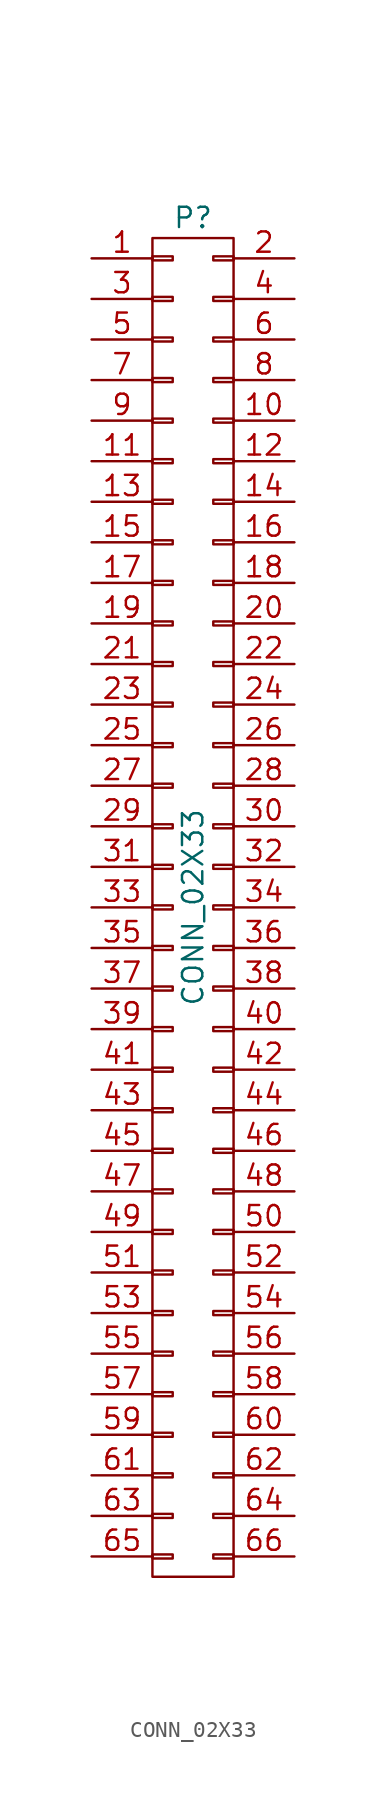
<source format=kicad_sym>
(kicad_symbol_lib
  (version 20211014)
  (generator kicad_symbol_editor)
  (symbol "CONN_02X33"
    (pin_names
      (offset 0.025) hide)
    (property "Reference" "P"
      (at 0 43.18 0)
      (effects (font (size 1.27 1.27))))
    (property "Value" "CONN_02X33"
      (at 0 0 90)
      (effects (font (size 1.27 1.27))))
    (property "Footprint" ""
      (at 0 -8.89 0)
      (effects (font (size 1.27 1.27))))
    (property "Datasheet" ""
      (at 0 -8.89 0)
      (effects (font (size 1.27 1.27))))
    (symbol "CONN_02X33_0_1"
      (rectangle (start -2.54 -40.513) (end -1.27 -40.767) (stroke (width 0) (type default) (color 0 0 0 0)) (fill (type none)))
      (rectangle (start -2.54 -37.973) (end -1.27 -38.227) (stroke (width 0) (type default) (color 0 0 0 0)) (fill (type none)))
      (rectangle (start -2.54 -35.433) (end -1.27 -35.687) (stroke (width 0) (type default) (color 0 0 0 0)) (fill (type none)))
      (rectangle (start -2.54 -32.893) (end -1.27 -33.147) (stroke (width 0) (type default) (color 0 0 0 0)) (fill (type none)))
      (rectangle (start -2.54 -30.353) (end -1.27 -30.607) (stroke (width 0) (type default) (color 0 0 0 0)) (fill (type none)))
      (rectangle (start -2.54 -27.813) (end -1.27 -28.067) (stroke (width 0) (type default) (color 0 0 0 0)) (fill (type none)))
      (rectangle (start -2.54 -25.273) (end -1.27 -25.527) (stroke (width 0) (type default) (color 0 0 0 0)) (fill (type none)))
      (rectangle (start -2.54 -22.733) (end -1.27 -22.987) (stroke (width 0) (type default) (color 0 0 0 0)) (fill (type none)))
      (rectangle (start -2.54 -20.193) (end -1.27 -20.447) (stroke (width 0) (type default) (color 0 0 0 0)) (fill (type none)))
      (rectangle (start -2.54 -17.653) (end -1.27 -17.907) (stroke (width 0) (type default) (color 0 0 0 0)) (fill (type none)))
      (rectangle (start -2.54 -15.113) (end -1.27 -15.367) (stroke (width 0) (type default) (color 0 0 0 0)) (fill (type none)))
      (rectangle (start -2.54 -12.573) (end -1.27 -12.827) (stroke (width 0) (type default) (color 0 0 0 0)) (fill (type none)))
      (rectangle (start -2.54 -10.033) (end -1.27 -10.287) (stroke (width 0) (type default) (color 0 0 0 0)) (fill (type none)))
      (rectangle (start -2.54 -7.493) (end -1.27 -7.747) (stroke (width 0) (type default) (color 0 0 0 0)) (fill (type none)))
      (rectangle (start -2.54 -4.953) (end -1.27 -5.207) (stroke (width 0) (type default) (color 0 0 0 0)) (fill (type none)))
      (rectangle (start -2.54 -2.413) (end -1.27 -2.667) (stroke (width 0) (type default) (color 0 0 0 0)) (fill (type none)))
      (rectangle (start -2.54 0.127) (end -1.27 -0.127) (stroke (width 0) (type default) (color 0 0 0 0)) (fill (type none)))
      (rectangle (start -2.54 2.667) (end -1.27 2.413) (stroke (width 0) (type default) (color 0 0 0 0)) (fill (type none)))
      (rectangle (start -2.54 5.207) (end -1.27 4.953) (stroke (width 0) (type default) (color 0 0 0 0)) (fill (type none)))
      (rectangle (start -2.54 7.747) (end -1.27 7.493) (stroke (width 0) (type default) (color 0 0 0 0)) (fill (type none)))
      (rectangle (start -2.54 10.287) (end -1.27 10.033) (stroke (width 0) (type default) (color 0 0 0 0)) (fill (type none)))
      (rectangle (start -2.54 12.827) (end -1.27 12.573) (stroke (width 0) (type default) (color 0 0 0 0)) (fill (type none)))
      (rectangle (start -2.54 15.367) (end -1.27 15.113) (stroke (width 0) (type default) (color 0 0 0 0)) (fill (type none)))
      (rectangle (start -2.54 17.907) (end -1.27 17.653) (stroke (width 0) (type default) (color 0 0 0 0)) (fill (type none)))
      (rectangle (start -2.54 20.447) (end -1.27 20.193) (stroke (width 0) (type default) (color 0 0 0 0)) (fill (type none)))
      (rectangle (start -2.54 22.987) (end -1.27 22.733) (stroke (width 0) (type default) (color 0 0 0 0)) (fill (type none)))
      (rectangle (start -2.54 25.527) (end -1.27 25.273) (stroke (width 0) (type default) (color 0 0 0 0)) (fill (type none)))
      (rectangle (start -2.54 28.067) (end -1.27 27.813) (stroke (width 0) (type default) (color 0 0 0 0)) (fill (type none)))
      (rectangle (start -2.54 30.607) (end -1.27 30.353) (stroke (width 0) (type default) (color 0 0 0 0)) (fill (type none)))
      (rectangle (start -2.54 33.147) (end -1.27 32.893) (stroke (width 0) (type default) (color 0 0 0 0)) (fill (type none)))
      (rectangle (start -2.54 35.687) (end -1.27 35.433) (stroke (width 0) (type default) (color 0 0 0 0)) (fill (type none)))
      (rectangle (start -2.54 38.227) (end -1.27 37.973) (stroke (width 0) (type default) (color 0 0 0 0)) (fill (type none)))
      (rectangle (start -2.54 40.767) (end -1.27 40.513) (stroke (width 0) (type default) (color 0 0 0 0)) (fill (type none)))
      (rectangle (start -2.54 41.91) (end 2.54 -41.91) (stroke (width 0) (type default) (color 0 0 0 0)) (fill (type none)))
      (rectangle (start 1.27 -40.513) (end 2.54 -40.767) (stroke (width 0) (type default) (color 0 0 0 0)) (fill (type none)))
      (rectangle (start 1.27 -37.973) (end 2.54 -38.227) (stroke (width 0) (type default) (color 0 0 0 0)) (fill (type none)))
      (rectangle (start 1.27 -35.433) (end 2.54 -35.687) (stroke (width 0) (type default) (color 0 0 0 0)) (fill (type none)))
      (rectangle (start 1.27 -32.893) (end 2.54 -33.147) (stroke (width 0) (type default) (color 0 0 0 0)) (fill (type none)))
      (rectangle (start 1.27 -30.353) (end 2.54 -30.607) (stroke (width 0) (type default) (color 0 0 0 0)) (fill (type none)))
      (rectangle (start 1.27 -27.813) (end 2.54 -28.067) (stroke (width 0) (type default) (color 0 0 0 0)) (fill (type none)))
      (rectangle (start 1.27 -25.273) (end 2.54 -25.527) (stroke (width 0) (type default) (color 0 0 0 0)) (fill (type none)))
      (rectangle (start 1.27 -22.733) (end 2.54 -22.987) (stroke (width 0) (type default) (color 0 0 0 0)) (fill (type none)))
      (rectangle (start 1.27 -20.193) (end 2.54 -20.447) (stroke (width 0) (type default) (color 0 0 0 0)) (fill (type none)))
      (rectangle (start 1.27 -17.653) (end 2.54 -17.907) (stroke (width 0) (type default) (color 0 0 0 0)) (fill (type none)))
      (rectangle (start 1.27 -15.113) (end 2.54 -15.367) (stroke (width 0) (type default) (color 0 0 0 0)) (fill (type none)))
      (rectangle (start 1.27 -12.573) (end 2.54 -12.827) (stroke (width 0) (type default) (color 0 0 0 0)) (fill (type none)))
      (rectangle (start 1.27 -10.033) (end 2.54 -10.287) (stroke (width 0) (type default) (color 0 0 0 0)) (fill (type none)))
      (rectangle (start 1.27 -7.493) (end 2.54 -7.747) (stroke (width 0) (type default) (color 0 0 0 0)) (fill (type none)))
      (rectangle (start 1.27 -4.953) (end 2.54 -5.207) (stroke (width 0) (type default) (color 0 0 0 0)) (fill (type none)))
      (rectangle (start 1.27 -2.413) (end 2.54 -2.667) (stroke (width 0) (type default) (color 0 0 0 0)) (fill (type none)))
      (rectangle (start 1.27 0.127) (end 2.54 -0.127) (stroke (width 0) (type default) (color 0 0 0 0)) (fill (type none)))
      (rectangle (start 1.27 2.667) (end 2.54 2.413) (stroke (width 0) (type default) (color 0 0 0 0)) (fill (type none)))
      (rectangle (start 1.27 5.207) (end 2.54 4.953) (stroke (width 0) (type default) (color 0 0 0 0)) (fill (type none)))
      (rectangle (start 1.27 7.747) (end 2.54 7.493) (stroke (width 0) (type default) (color 0 0 0 0)) (fill (type none)))
      (rectangle (start 1.27 10.287) (end 2.54 10.033) (stroke (width 0) (type default) (color 0 0 0 0)) (fill (type none)))
      (rectangle (start 1.27 12.827) (end 2.54 12.573) (stroke (width 0) (type default) (color 0 0 0 0)) (fill (type none)))
      (rectangle (start 1.27 15.367) (end 2.54 15.113) (stroke (width 0) (type default) (color 0 0 0 0)) (fill (type none)))
      (rectangle (start 1.27 17.907) (end 2.54 17.653) (stroke (width 0) (type default) (color 0 0 0 0)) (fill (type none)))
      (rectangle (start 1.27 20.447) (end 2.54 20.193) (stroke (width 0) (type default) (color 0 0 0 0)) (fill (type none)))
      (rectangle (start 1.27 22.987) (end 2.54 22.733) (stroke (width 0) (type default) (color 0 0 0 0)) (fill (type none)))
      (rectangle (start 1.27 25.527) (end 2.54 25.273) (stroke (width 0) (type default) (color 0 0 0 0)) (fill (type none)))
      (rectangle (start 1.27 28.067) (end 2.54 27.813) (stroke (width 0) (type default) (color 0 0 0 0)) (fill (type none)))
      (rectangle (start 1.27 30.607) (end 2.54 30.353) (stroke (width 0) (type default) (color 0 0 0 0)) (fill (type none)))
      (rectangle (start 1.27 33.147) (end 2.54 32.893) (stroke (width 0) (type default) (color 0 0 0 0)) (fill (type none)))
      (rectangle (start 1.27 35.687) (end 2.54 35.433) (stroke (width 0) (type default) (color 0 0 0 0)) (fill (type none)))
      (rectangle (start 1.27 38.227) (end 2.54 37.973) (stroke (width 0) (type default) (color 0 0 0 0)) (fill (type none)))
      (rectangle (start 1.27 40.767) (end 2.54 40.513) (stroke (width 0) (type default) (color 0 0 0 0)) (fill (type none))))
    (symbol "CONN_02X33_1_1"
      (pin passive line (at -6.35 40.64 0) (length 3.81) (name "P1" (effects (font (size 1.27 1.27)))) (number "1" (effects (font (size 1.27 1.27)))))
      (pin passive line (at 6.35 30.48 180) (length 3.81) (name "P10" (effects (font (size 1.27 1.27)))) (number "10" (effects (font (size 1.27 1.27)))))
      (pin passive line (at -6.35 27.94 0) (length 3.81) (name "P11" (effects (font (size 1.27 1.27)))) (number "11" (effects (font (size 1.27 1.27)))))
      (pin passive line (at 6.35 27.94 180) (length 3.81) (name "P12" (effects (font (size 1.27 1.27)))) (number "12" (effects (font (size 1.27 1.27)))))
      (pin passive line (at -6.35 25.4 0) (length 3.81) (name "P13" (effects (font (size 1.27 1.27)))) (number "13" (effects (font (size 1.27 1.27)))))
      (pin passive line (at 6.35 25.4 180) (length 3.81) (name "P14" (effects (font (size 1.27 1.27)))) (number "14" (effects (font (size 1.27 1.27)))))
      (pin passive line (at -6.35 22.86 0) (length 3.81) (name "P15" (effects (font (size 1.27 1.27)))) (number "15" (effects (font (size 1.27 1.27)))))
      (pin passive line (at 6.35 22.86 180) (length 3.81) (name "P16" (effects (font (size 1.27 1.27)))) (number "16" (effects (font (size 1.27 1.27)))))
      (pin passive line (at -6.35 20.32 0) (length 3.81) (name "P17" (effects (font (size 1.27 1.27)))) (number "17" (effects (font (size 1.27 1.27)))))
      (pin passive line (at 6.35 20.32 180) (length 3.81) (name "P18" (effects (font (size 1.27 1.27)))) (number "18" (effects (font (size 1.27 1.27)))))
      (pin passive line (at -6.35 17.78 0) (length 3.81) (name "P19" (effects (font (size 1.27 1.27)))) (number "19" (effects (font (size 1.27 1.27)))))
      (pin passive line (at 6.35 40.64 180) (length 3.81) (name "P2" (effects (font (size 1.27 1.27)))) (number "2" (effects (font (size 1.27 1.27)))))
      (pin passive line (at 6.35 17.78 180) (length 3.81) (name "P20" (effects (font (size 1.27 1.27)))) (number "20" (effects (font (size 1.27 1.27)))))
      (pin passive line (at -6.35 15.24 0) (length 3.81) (name "P21" (effects (font (size 1.27 1.27)))) (number "21" (effects (font (size 1.27 1.27)))))
      (pin passive line (at 6.35 15.24 180) (length 3.81) (name "P22" (effects (font (size 1.27 1.27)))) (number "22" (effects (font (size 1.27 1.27)))))
      (pin passive line (at -6.35 12.7 0) (length 3.81) (name "P23" (effects (font (size 1.27 1.27)))) (number "23" (effects (font (size 1.27 1.27)))))
      (pin passive line (at 6.35 12.7 180) (length 3.81) (name "P24" (effects (font (size 1.27 1.27)))) (number "24" (effects (font (size 1.27 1.27)))))
      (pin passive line (at -6.35 10.16 0) (length 3.81) (name "P25" (effects (font (size 1.27 1.27)))) (number "25" (effects (font (size 1.27 1.27)))))
      (pin passive line (at 6.35 10.16 180) (length 3.81) (name "P26" (effects (font (size 1.27 1.27)))) (number "26" (effects (font (size 1.27 1.27)))))
      (pin passive line (at -6.35 7.62 0) (length 3.81) (name "P27" (effects (font (size 1.27 1.27)))) (number "27" (effects (font (size 1.27 1.27)))))
      (pin passive line (at 6.35 7.62 180) (length 3.81) (name "P28" (effects (font (size 1.27 1.27)))) (number "28" (effects (font (size 1.27 1.27)))))
      (pin passive line (at -6.35 5.08 0) (length 3.81) (name "P29" (effects (font (size 1.27 1.27)))) (number "29" (effects (font (size 1.27 1.27)))))
      (pin passive line (at -6.35 38.1 0) (length 3.81) (name "P3" (effects (font (size 1.27 1.27)))) (number "3" (effects (font (size 1.27 1.27)))))
      (pin passive line (at 6.35 5.08 180) (length 3.81) (name "P30" (effects (font (size 1.27 1.27)))) (number "30" (effects (font (size 1.27 1.27)))))
      (pin passive line (at -6.35 2.54 0) (length 3.81) (name "P31" (effects (font (size 1.27 1.27)))) (number "31" (effects (font (size 1.27 1.27)))))
      (pin passive line (at 6.35 2.54 180) (length 3.81) (name "P32" (effects (font (size 1.27 1.27)))) (number "32" (effects (font (size 1.27 1.27)))))
      (pin passive line (at -6.35 0 0) (length 3.81) (name "P33" (effects (font (size 1.27 1.27)))) (number "33" (effects (font (size 1.27 1.27)))))
      (pin passive line (at 6.35 0 180) (length 3.81) (name "P34" (effects (font (size 1.27 1.27)))) (number "34" (effects (font (size 1.27 1.27)))))
      (pin passive line (at -6.35 -2.54 0) (length 3.81) (name "P35" (effects (font (size 1.27 1.27)))) (number "35" (effects (font (size 1.27 1.27)))))
      (pin passive line (at 6.35 -2.54 180) (length 3.81) (name "P36" (effects (font (size 1.27 1.27)))) (number "36" (effects (font (size 1.27 1.27)))))
      (pin passive line (at -6.35 -5.08 0) (length 3.81) (name "P37" (effects (font (size 1.27 1.27)))) (number "37" (effects (font (size 1.27 1.27)))))
      (pin passive line (at 6.35 -5.08 180) (length 3.81) (name "P38" (effects (font (size 1.27 1.27)))) (number "38" (effects (font (size 1.27 1.27)))))
      (pin passive line (at -6.35 -7.62 0) (length 3.81) (name "P39" (effects (font (size 1.27 1.27)))) (number "39" (effects (font (size 1.27 1.27)))))
      (pin passive line (at 6.35 38.1 180) (length 3.81) (name "P4" (effects (font (size 1.27 1.27)))) (number "4" (effects (font (size 1.27 1.27)))))
      (pin passive line (at 6.35 -7.62 180) (length 3.81) (name "P40" (effects (font (size 1.27 1.27)))) (number "40" (effects (font (size 1.27 1.27)))))
      (pin passive line (at -6.35 -10.16 0) (length 3.81) (name "P41" (effects (font (size 1.27 1.27)))) (number "41" (effects (font (size 1.27 1.27)))))
      (pin passive line (at 6.35 -10.16 180) (length 3.81) (name "P42" (effects (font (size 1.27 1.27)))) (number "42" (effects (font (size 1.27 1.27)))))
      (pin passive line (at -6.35 -12.7 0) (length 3.81) (name "P43" (effects (font (size 1.27 1.27)))) (number "43" (effects (font (size 1.27 1.27)))))
      (pin passive line (at 6.35 -12.7 180) (length 3.81) (name "P44" (effects (font (size 1.27 1.27)))) (number "44" (effects (font (size 1.27 1.27)))))
      (pin passive line (at -6.35 -15.24 0) (length 3.81) (name "P45" (effects (font (size 1.27 1.27)))) (number "45" (effects (font (size 1.27 1.27)))))
      (pin passive line (at 6.35 -15.24 180) (length 3.81) (name "P46" (effects (font (size 1.27 1.27)))) (number "46" (effects (font (size 1.27 1.27)))))
      (pin passive line (at -6.35 -17.78 0) (length 3.81) (name "P47" (effects (font (size 1.27 1.27)))) (number "47" (effects (font (size 1.27 1.27)))))
      (pin passive line (at 6.35 -17.78 180) (length 3.81) (name "P48" (effects (font (size 1.27 1.27)))) (number "48" (effects (font (size 1.27 1.27)))))
      (pin passive line (at -6.35 -20.32 0) (length 3.81) (name "P49" (effects (font (size 1.27 1.27)))) (number "49" (effects (font (size 1.27 1.27)))))
      (pin passive line (at -6.35 35.56 0) (length 3.81) (name "P5" (effects (font (size 1.27 1.27)))) (number "5" (effects (font (size 1.27 1.27)))))
      (pin passive line (at 6.35 -20.32 180) (length 3.81) (name "P50" (effects (font (size 1.27 1.27)))) (number "50" (effects (font (size 1.27 1.27)))))
      (pin passive line (at -6.35 -22.86 0) (length 3.81) (name "P51" (effects (font (size 1.27 1.27)))) (number "51" (effects (font (size 1.27 1.27)))))
      (pin passive line (at 6.35 -22.86 180) (length 3.81) (name "P52" (effects (font (size 1.27 1.27)))) (number "52" (effects (font (size 1.27 1.27)))))
      (pin passive line (at -6.35 -25.4 0) (length 3.81) (name "P53" (effects (font (size 1.27 1.27)))) (number "53" (effects (font (size 1.27 1.27)))))
      (pin passive line (at 6.35 -25.4 180) (length 3.81) (name "P54" (effects (font (size 1.27 1.27)))) (number "54" (effects (font (size 1.27 1.27)))))
      (pin passive line (at -6.35 -27.94 0) (length 3.81) (name "P55" (effects (font (size 1.27 1.27)))) (number "55" (effects (font (size 1.27 1.27)))))
      (pin passive line (at 6.35 -27.94 180) (length 3.81) (name "P56" (effects (font (size 1.27 1.27)))) (number "56" (effects (font (size 1.27 1.27)))))
      (pin passive line (at -6.35 -30.48 0) (length 3.81) (name "P57" (effects (font (size 1.27 1.27)))) (number "57" (effects (font (size 1.27 1.27)))))
      (pin passive line (at 6.35 -30.48 180) (length 3.81) (name "P58" (effects (font (size 1.27 1.27)))) (number "58" (effects (font (size 1.27 1.27)))))
      (pin passive line (at -6.35 -33.02 0) (length 3.81) (name "P59" (effects (font (size 1.27 1.27)))) (number "59" (effects (font (size 1.27 1.27)))))
      (pin passive line (at 6.35 35.56 180) (length 3.81) (name "P6" (effects (font (size 1.27 1.27)))) (number "6" (effects (font (size 1.27 1.27)))))
      (pin passive line (at 6.35 -33.02 180) (length 3.81) (name "P60" (effects (font (size 1.27 1.27)))) (number "60" (effects (font (size 1.27 1.27)))))
      (pin passive line (at -6.35 -35.56 0) (length 3.81) (name "P61" (effects (font (size 1.27 1.27)))) (number "61" (effects (font (size 1.27 1.27)))))
      (pin passive line (at 6.35 -35.56 180) (length 3.81) (name "P62" (effects (font (size 1.27 1.27)))) (number "62" (effects (font (size 1.27 1.27)))))
      (pin passive line (at -6.35 -38.1 0) (length 3.81) (name "P63" (effects (font (size 1.27 1.27)))) (number "63" (effects (font (size 1.27 1.27)))))
      (pin passive line (at 6.35 -38.1 180) (length 3.81) (name "P64" (effects (font (size 1.27 1.27)))) (number "64" (effects (font (size 1.27 1.27)))))
      (pin passive line (at -6.35 -40.64 0) (length 3.81) (name "P65" (effects (font (size 1.27 1.27)))) (number "65" (effects (font (size 1.27 1.27)))))
      (pin passive line (at 6.35 -40.64 180) (length 3.81) (name "P66" (effects (font (size 1.27 1.27)))) (number "66" (effects (font (size 1.27 1.27)))))
      (pin passive line (at -6.35 33.02 0) (length 3.81) (name "P7" (effects (font (size 1.27 1.27)))) (number "7" (effects (font (size 1.27 1.27)))))
      (pin passive line (at 6.35 33.02 180) (length 3.81) (name "P8" (effects (font (size 1.27 1.27)))) (number "8" (effects (font (size 1.27 1.27)))))
      (pin passive line (at -6.35 30.48 0) (length 3.81) (name "P9" (effects (font (size 1.27 1.27)))) (number "9" (effects (font (size 1.27 1.27))))))))
</source>
